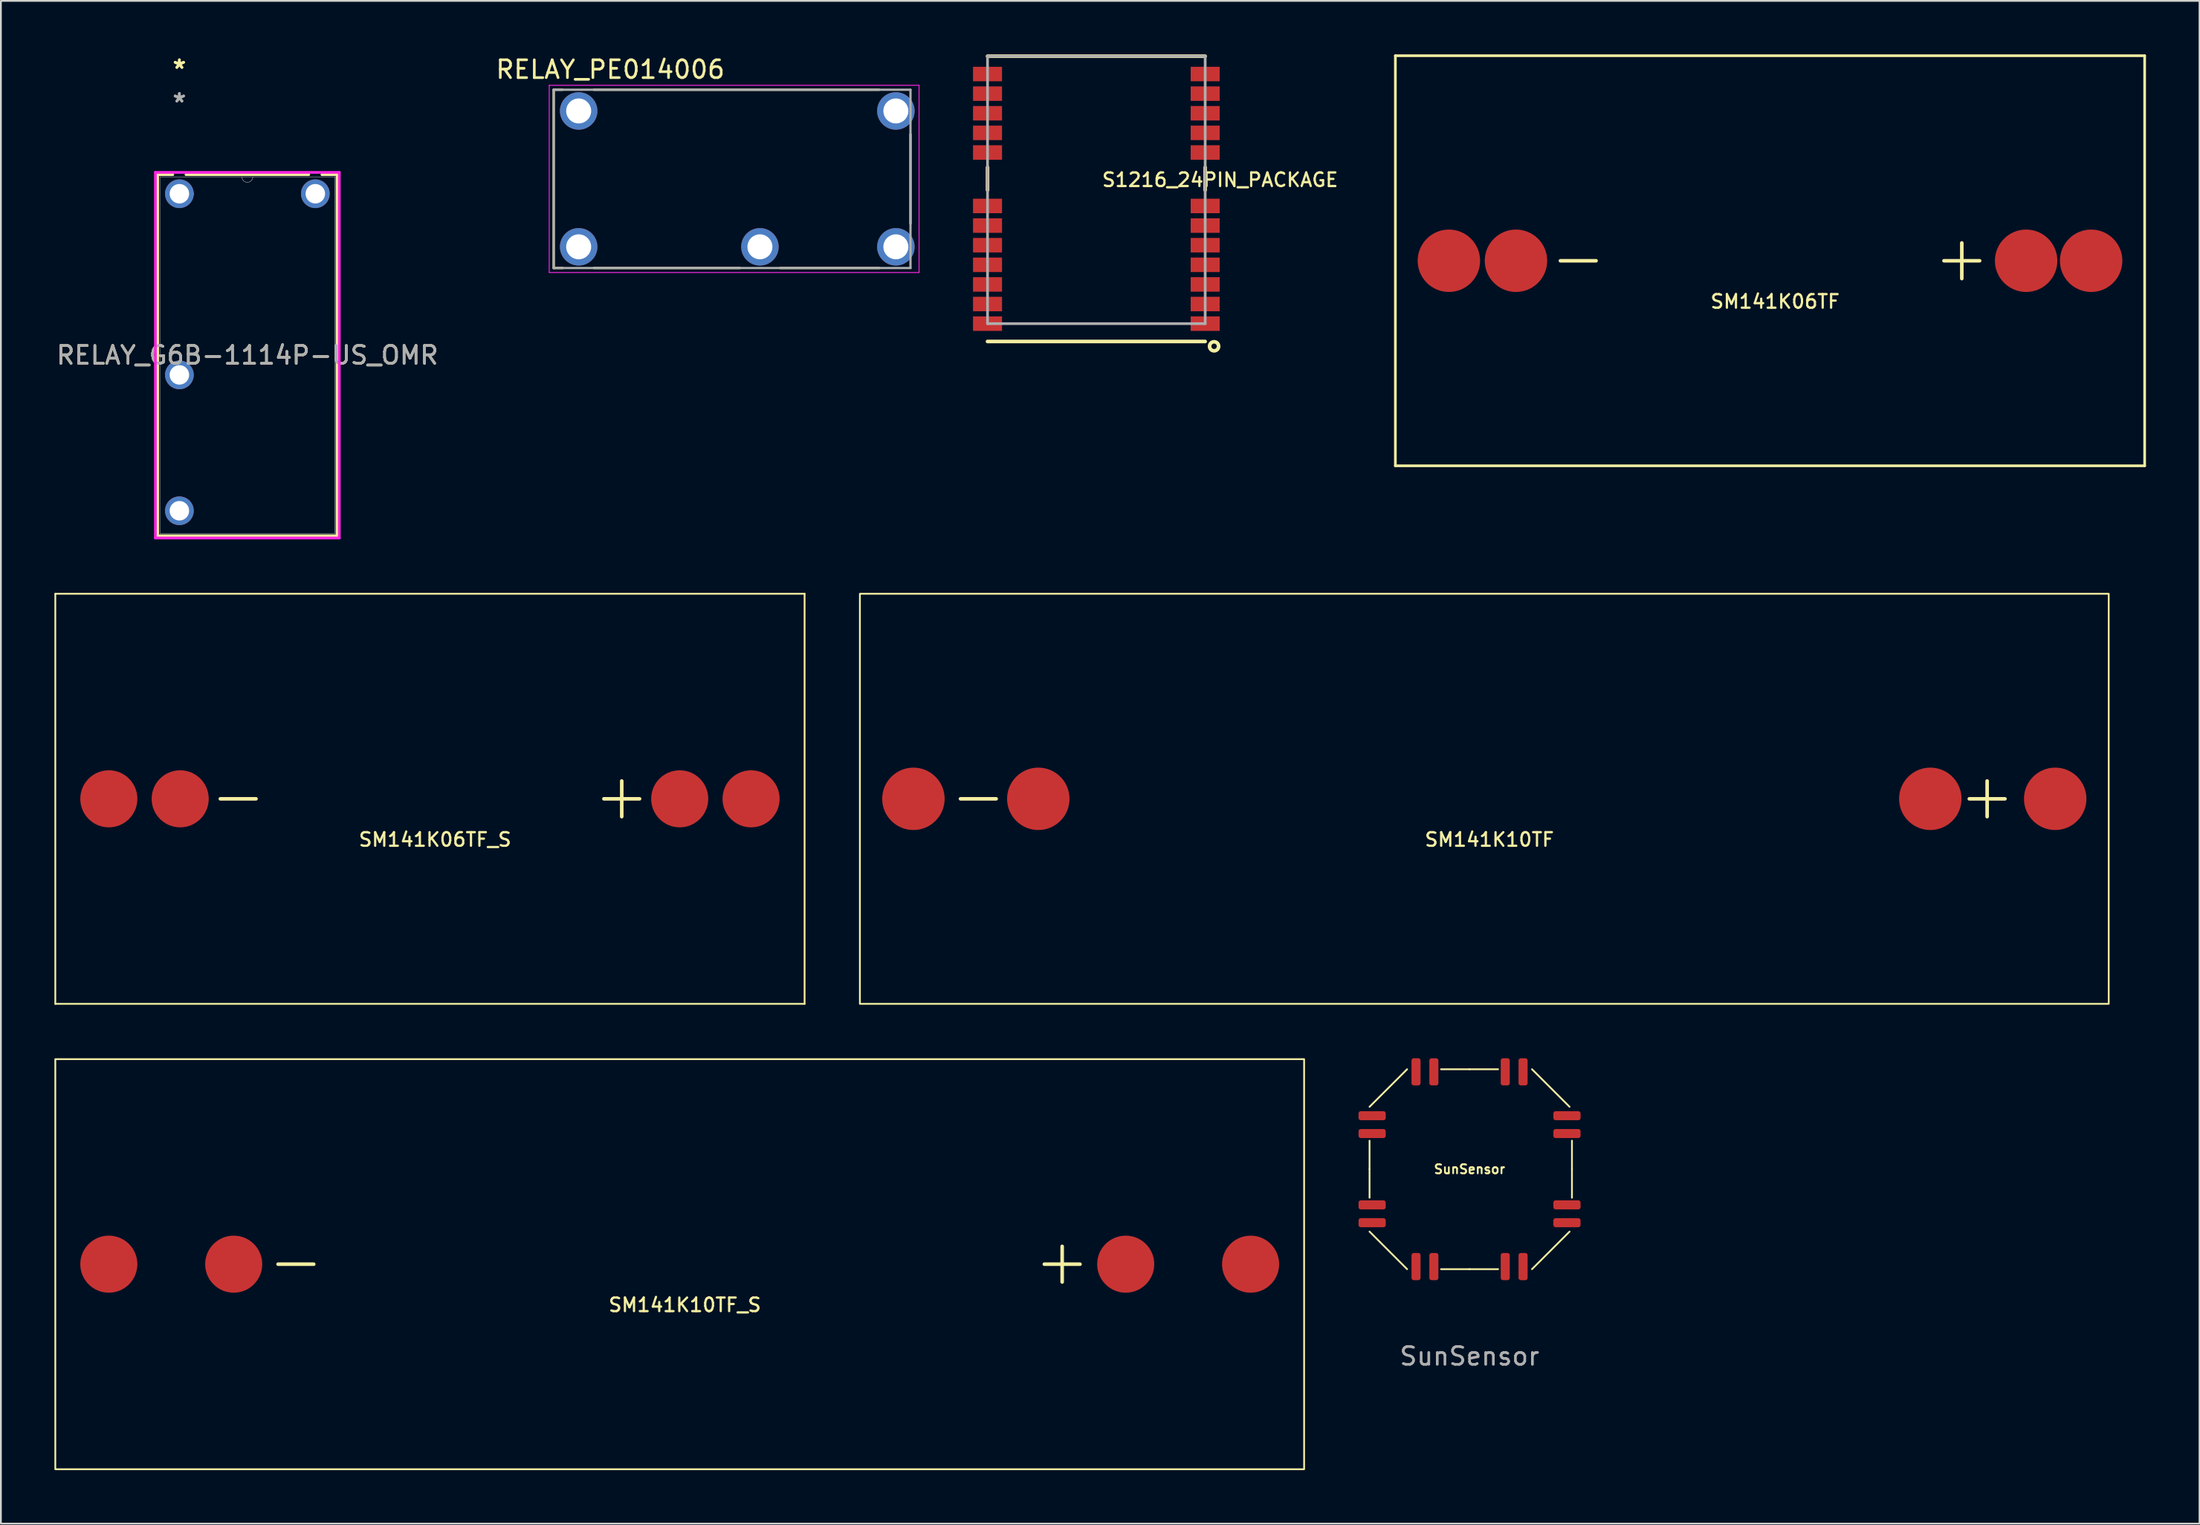
<source format=kicad_pcb>
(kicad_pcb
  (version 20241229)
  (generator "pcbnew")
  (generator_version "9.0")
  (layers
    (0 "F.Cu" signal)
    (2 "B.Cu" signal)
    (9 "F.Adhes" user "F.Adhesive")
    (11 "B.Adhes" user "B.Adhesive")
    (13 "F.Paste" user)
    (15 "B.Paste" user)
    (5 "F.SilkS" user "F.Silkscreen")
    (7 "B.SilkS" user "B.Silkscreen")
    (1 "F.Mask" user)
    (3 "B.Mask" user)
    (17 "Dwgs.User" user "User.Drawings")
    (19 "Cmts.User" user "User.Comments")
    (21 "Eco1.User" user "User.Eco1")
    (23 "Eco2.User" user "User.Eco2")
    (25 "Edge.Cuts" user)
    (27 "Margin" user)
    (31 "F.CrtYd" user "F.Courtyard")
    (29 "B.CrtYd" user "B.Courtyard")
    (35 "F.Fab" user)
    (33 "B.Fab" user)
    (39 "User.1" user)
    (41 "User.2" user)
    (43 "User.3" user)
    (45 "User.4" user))
  (footprint "SM141K06TF"
    (layer "F.Cu")
    (at 96.165 11.575)
    (property "Reference" "SM141K06TF" (at 0.286 2.286 0) (layer "F.SilkS") (effects (font (size 0.762 0.762) (thickness 0.127))))
    (attr through_hole)
    (fp_line (start -21 -11.5) (end -21 11.5) (stroke (width 0.15) (type solid)) (layer "F.SilkS"))
    (fp_line (start -21 -11.5) (end 21 -11.5) (stroke (width 0.15) (type solid)) (layer "F.SilkS"))
    (fp_line (start -21 11.5) (end 21 11.5) (stroke (width 0.15) (type solid)) (layer "F.SilkS"))
    (fp_line (start -9.75 0) (end -11.75 0) (stroke (width 0.2) (type solid)) (layer "F.SilkS"))
    (fp_line (start 9.75 0) (end 11.75 0) (stroke (width 0.2) (type solid)) (layer "F.SilkS"))
    (fp_line (start 10.75 -1) (end 10.75 1) (stroke (width 0.2) (type solid)) (layer "F.SilkS"))
    (fp_line (start 21 -11.5) (end 21 11.5) (stroke (width 0.15) (type solid)) (layer "F.SilkS"))
    (pad "1" smd circle (at 14.356 0) (size 3.5 3.5) (layers "F.Cu" "F.Mask" "F.Paste"))
    (pad "1" smd circle (at 18 0) (size 3.5 3.5) (layers "F.Cu" "F.Mask" "F.Paste"))
    (pad "2" smd circle (at -18 0) (size 3.5 3.5) (layers "F.Cu" "F.Mask" "F.Paste"))
    (pad "2" smd circle (at -14.24 0) (size 3.5 3.5) (layers "F.Cu" "F.Mask" "F.Paste")))
  (footprint "RELAY_PE014006"
    (layer "F.Cu")
    (at 37.986 6.983)
    (property "Reference" "RELAY_PE014006" (at -6.825 -6.135 0) (layer "F.SilkS") (effects (font (size 1 1) (thickness 0.15))))
    (attr through_hole)
    (fp_line (start -10 -5) (end -10 5) (stroke (width 0.127) (type solid)) (layer "F.SilkS"))
    (fp_line (start -10 5) (end -9.5 5) (stroke (width 0.127) (type solid)) (layer "F.SilkS"))
    (fp_line (start -9.5 -5) (end -10 -5) (stroke (width 0.127) (type solid)) (layer "F.SilkS"))
    (fp_line (start -7.75 5) (end 0.43 5) (stroke (width 0.127) (type solid)) (layer "F.SilkS"))
    (fp_line (start 2.7 5) (end 8.25 5) (stroke (width 0.127) (type solid)) (layer "F.SilkS"))
    (fp_line (start 8.25 -5) (end -7.75 -5) (stroke (width 0.127) (type solid)) (layer "F.SilkS"))
    (fp_line (start 10 -2.5) (end 10 2.5) (stroke (width 0.127) (type solid)) (layer "F.SilkS"))
    (fp_line (start -10.25 -5.25) (end -10.25 5.25) (stroke (width 0.05) (type solid)) (layer "F.CrtYd"))
    (fp_line (start -10.25 5.25) (end 10.48 5.25) (stroke (width 0.05) (type solid)) (layer "F.CrtYd"))
    (fp_line (start 10.48 -5.25) (end -10.25 -5.25) (stroke (width 0.05) (type solid)) (layer "F.CrtYd"))
    (fp_line (start 10.48 5.25) (end 10.48 -5.25) (stroke (width 0.05) (type solid)) (layer "F.CrtYd"))
    (fp_line (start -10.002 -5) (end -10 -5) (stroke (width 0.127) (type solid)) (layer "F.Fab"))
    (fp_line (start -10 -5) (end -10 5) (stroke (width 0.127) (type solid)) (layer "F.Fab"))
    (fp_line (start -10 -5) (end 10 -5) (stroke (width 0.127) (type solid)) (layer "F.Fab"))
    (fp_line (start -10 5) (end 10 5) (stroke (width 0.127) (type solid)) (layer "F.Fab"))
    (fp_line (start 10 -5) (end 10 5) (stroke (width 0.127) (type solid)) (layer "F.Fab"))
    (pad "11" thru_hole circle (at 1.56 3.81) (size 2.1 2.1) (drill 1.4) (layers "*.Cu" "*.Mask"))
    (pad "12" thru_hole circle (at 9.18 -3.81) (size 2.1 2.1) (drill 1.4) (layers "*.Cu" "*.Mask"))
    (pad "14" thru_hole circle (at 9.18 3.81) (size 2.1 2.1) (drill 1.4) (layers "*.Cu" "*.Mask"))
    (pad "A1" thru_hole circle (at -8.6 3.81) (size 2.1 2.1) (drill 1.4) (layers "*.Cu" "*.Mask"))
    (pad "A2" thru_hole circle (at -8.6 -3.81) (size 2.1 2.1) (drill 1.4) (layers "*.Cu" "*.Mask")))
  (footprint "RELAY_G6B-1114P-US_OMR"
    (layer "F.Cu")
    (at 14.625 25.928)
    (property "Reference" "RELAY_G6B-1114P-US_OMR" (at -3.81 -9.056 0) (unlocked yes) (layer "F.SilkS") (effects (font (size 1 1) (thickness 0.15))))
    (attr through_hole)
    (fp_line (start -8.837 -19.183) (end -8.837 1.071) (stroke (width 0.152) (type solid)) (layer "F.SilkS"))
    (fp_line (start -8.837 1.071) (end 1.217 1.071) (stroke (width 0.152) (type solid)) (layer "F.SilkS"))
    (fp_line (start -7.989 -19.183) (end -8.837 -19.183) (stroke (width 0.152) (type solid)) (layer "F.SilkS"))
    (fp_line (start -0.369 -19.183) (end -7.251 -19.183) (stroke (width 0.152) (type solid)) (layer "F.SilkS"))
    (fp_line (start 1.217 -19.183) (end 0.369 -19.183) (stroke (width 0.152) (type solid)) (layer "F.SilkS"))
    (fp_line (start 1.217 1.071) (end 1.217 -19.183) (stroke (width 0.152) (type solid)) (layer "F.SilkS"))
    (fp_line (start -8.964 -19.31) (end 1.344 -19.31) (stroke (width 0.152) (type solid)) (layer "F.CrtYd"))
    (fp_line (start -8.964 1.198) (end -8.964 -19.31) (stroke (width 0.152) (type solid)) (layer "F.CrtYd"))
    (fp_line (start 1.344 -19.31) (end 1.344 1.198) (stroke (width 0.152) (type solid)) (layer "F.CrtYd"))
    (fp_line (start 1.344 1.198) (end -8.964 1.198) (stroke (width 0.152) (type solid)) (layer "F.CrtYd"))
    (fp_line (start -8.71 -19.056) (end -8.71 0.944) (stroke (width 0.025) (type solid)) (layer "F.Fab"))
    (fp_line (start -8.71 0.944) (end 1.09 0.944) (stroke (width 0.025) (type solid)) (layer "F.Fab"))
    (fp_line (start 1.09 -19.056) (end -8.71 -19.056) (stroke (width 0.025) (type solid)) (layer "F.Fab"))
    (fp_line (start 1.09 0.944) (end 1.09 -19.056) (stroke (width 0.025) (type solid)) (layer "F.Fab"))
    (fp_arc (start -3.5052 -19.056) (mid -3.81 -18.7512) (end -4.1148 -19.056) (stroke (width 0.0254) (type solid)) (layer "F.Fab"))
    (fp_circle (center -6.82 -18.112) (end -6.82 -18.112) (stroke (width 0.025) (type solid)) (fill no) (layer "F.Fab"))
    (fp_text user "*" (at -7.62 -25.08 0) (layer "F.SilkS") (effects (font (size 1 1) (thickness 0.15))))
    (fp_text user "*" (at -7.62 -25.08 0) (unlocked yes) (layer "F.SilkS") (effects (font (size 1 1) (thickness 0.15))))
    (fp_text user "*" (at -7.62 -23.192 0) (unlocked yes) (layer "F.Fab") (effects (font (size 1 1) (thickness 0.15))))
    (fp_text user "${REFERENCE}" (at -3.81 -9.056 0) (unlocked yes) (layer "F.Fab") (effects (font (size 1 1) (thickness 0.15))))
    (fp_text user "*" (at -7.62 -23.192 0) (layer "F.Fab") (effects (font (size 1 1) (thickness 0.15))))
    (pad "1" thru_hole circle (at -7.62 -18.112) (size 1.608 1.608) (drill 1.092) (layers "*.Cu" "*.Mask"))
    (pad "3" thru_hole circle (at -7.62 -7.952) (size 1.608 1.608) (drill 1.092) (layers "*.Cu" "*.Mask"))
    (pad "4" thru_hole circle (at -7.62 -0.332) (size 1.608 1.608) (drill 1.092) (layers "*.Cu" "*.Mask"))
    (pad "6" thru_hole circle (at 0 -18.112) (size 1.608 1.608) (drill 1.092) (layers "*.Cu" "*.Mask")))
  (footprint "SM141K10TF"
    (layer "F.Cu")
    (at 80.15 41.752)
    (property "Reference" "SM141K10TF" (at 0.286 2.286 0) (layer "F.SilkS") (effects (font (size 0.762 0.762) (thickness 0.127))))
    (attr through_hole)
    (fp_line (start -27.362 0) (end -29.362 0) (stroke (width 0.2) (type solid)) (layer "F.SilkS"))
    (fp_line (start 27.185 0) (end 29.185 0) (stroke (width 0.2) (type solid)) (layer "F.SilkS"))
    (fp_line (start 28.185 -1) (end 28.185 1) (stroke (width 0.2) (type solid)) (layer "F.SilkS"))
    (fp_rect (start -35 -11.5) (end 35 11.5) (stroke (width 0.1) (type default)) (fill no) (layer "F.SilkS"))
    (pad "1" smd circle (at 25 0) (size 3.5 3.5) (layers "F.Cu" "F.Mask" "F.Paste"))
    (pad "1" smd circle (at 32 0) (size 3.5 3.5) (layers "F.Cu" "F.Mask" "F.Paste"))
    (pad "2" smd circle (at -32 0) (size 3.5 3.5) (layers "F.Cu" "F.Mask" "F.Paste"))
    (pad "2" smd circle (at -25 0) (size 3.5 3.5) (layers "F.Cu" "F.Mask" "F.Paste")))
  (footprint "SM141K10TF_S"
    (layer "F.Cu")
    (at 35.05 67.852)
    (property "Reference" "SM141K10TF_S" (at 0.286 2.286 0) (layer "F.SilkS") (effects (font (size 0.762 0.762) (thickness 0.127))))
    (attr through_hole)
    (fp_line (start -20.514 0) (end -22.514 0) (stroke (width 0.2) (type solid)) (layer "F.SilkS"))
    (fp_line (start 20.438 0) (end 22.438 0) (stroke (width 0.2) (type solid)) (layer "F.SilkS"))
    (fp_line (start 21.438 -1) (end 21.438 1) (stroke (width 0.2) (type solid)) (layer "F.SilkS"))
    (fp_rect (start -35 -11.5) (end 35 11.5) (stroke (width 0.1) (type default)) (fill no) (layer "F.SilkS"))
    (pad "1" smd circle (at 25 0) (size 3.2 3.2) (layers "F.Cu" "F.Mask" "F.Paste"))
    (pad "1" smd circle (at 32 0) (size 3.2 3.2) (layers "F.Cu" "F.Mask" "F.Paste"))
    (pad "2" smd circle (at -32 0) (size 3.2 3.2) (layers "F.Cu" "F.Mask" "F.Paste"))
    (pad "2" smd circle (at -25 0) (size 3.2 3.2) (layers "F.Cu" "F.Mask" "F.Paste")))
  (footprint "SunSensor"
    (layer "F.Cu")
    (at 79.323 62.525)
    (property "Reference" "SunSensor" (at 0 0 0) (unlocked yes) (layer "F.SilkS") (effects (font (size 0.508 0.508) (thickness 0.102) (bold yes))))
    (attr smd)
    (fp_line (start -5.606 -3.5) (end -3.5 -5.606) (stroke (width 0.1) (type default)) (layer "F.SilkS"))
    (fp_line (start -5.606 0) (end -5.606 -1.6) (stroke (width 0.1) (type default)) (layer "F.SilkS"))
    (fp_line (start -5.606 0) (end -5.606 1.6) (stroke (width 0.1) (type default)) (layer "F.SilkS"))
    (fp_line (start -3.5 5.606) (end -5.606 3.5) (stroke (width 0.1) (type default)) (layer "F.SilkS"))
    (fp_line (start 0 -5.606) (end -1.6 -5.606) (stroke (width 0.1) (type default)) (layer "F.SilkS"))
    (fp_line (start 0 -5.606) (end 1.6 -5.606) (stroke (width 0.1) (type default)) (layer "F.SilkS"))
    (fp_line (start 0 5.606) (end -1.6 5.606) (stroke (width 0.1) (type default)) (layer "F.SilkS"))
    (fp_line (start 0 5.606) (end 1.6 5.606) (stroke (width 0.1) (type default)) (layer "F.SilkS"))
    (fp_line (start 3.5 -5.606) (end 5.606 -3.5) (stroke (width 0.1) (type default)) (layer "F.SilkS"))
    (fp_line (start 5.606 3.5) (end 3.5 5.606) (stroke (width 0.1) (type default)) (layer "F.SilkS"))
    (fp_line (start 5.74 0) (end 5.74 -1.6) (stroke (width 0.1) (type default)) (layer "F.SilkS"))
    (fp_line (start 5.74 0) (end 5.74 1.6) (stroke (width 0.1) (type default)) (layer "F.SilkS"))
    (fp_text user "${REFERENCE}" (at 0 10.49 0) (unlocked yes) (layer "F.Fab") (effects (font (size 1 1) (thickness 0.15))))
    (pad "1" smd roundrect (at -3 5.461 270) (size 1.524 0.508) (layers "F.Cu" "F.Mask" "F.Paste") (roundrect_rratio 0.25))
    (pad "2" smd roundrect (at -2 5.461 90) (size 1.524 0.508) (layers "F.Cu" "F.Mask" "F.Paste") (roundrect_rratio 0.25))
    (pad "3" smd roundrect (at 2 5.461 90) (size 1.524 0.508) (layers "F.Cu" "F.Mask" "F.Paste") (roundrect_rratio 0.25))
    (pad "4" smd roundrect (at 3 5.461 90) (size 1.524 0.508) (layers "F.Cu" "F.Mask" "F.Paste") (roundrect_rratio 0.25))
    (pad "5" smd roundrect (at 5.461 3) (size 1.524 0.508) (layers "F.Cu" "F.Mask" "F.Paste") (roundrect_rratio 0.25))
    (pad "6" smd roundrect (at 5.461 2 180) (size 1.524 0.508) (layers "F.Cu" "F.Mask" "F.Paste") (roundrect_rratio 0.25))
    (pad "7" smd roundrect (at 5.461 -2 180) (size 1.524 0.508) (layers "F.Cu" "F.Mask" "F.Paste") (roundrect_rratio 0.25))
    (pad "8" smd roundrect (at 5.461 -3 180) (size 1.524 0.508) (layers "F.Cu" "F.Mask" "F.Paste") (roundrect_rratio 0.25))
    (pad "9" smd roundrect (at 3 -5.461 90) (size 1.524 0.508) (layers "F.Cu" "F.Mask" "F.Paste") (roundrect_rratio 0.25))
    (pad "10" smd roundrect (at 2 -5.461 270) (size 1.524 0.508) (layers "F.Cu" "F.Mask" "F.Paste") (roundrect_rratio 0.25))
    (pad "11" smd roundrect (at -2 -5.461 270) (size 1.524 0.508) (layers "F.Cu" "F.Mask" "F.Paste") (roundrect_rratio 0.25))
    (pad "12" smd roundrect (at -3 -5.461 270) (size 1.524 0.508) (layers "F.Cu" "F.Mask" "F.Paste") (roundrect_rratio 0.25))
    (pad "13" smd roundrect (at -5.461 -3 180) (size 1.524 0.508) (layers "F.Cu" "F.Mask" "F.Paste") (roundrect_rratio 0.25))
    (pad "14" smd roundrect (at -5.461 -2) (size 1.524 0.508) (layers "F.Cu" "F.Mask" "F.Paste") (roundrect_rratio 0.25))
    (pad "15" smd roundrect (at -5.461 2) (size 1.524 0.508) (layers "F.Cu" "F.Mask" "F.Paste") (roundrect_rratio 0.25))
    (pad "16" smd roundrect (at -5.461 3) (size 1.524 0.508) (layers "F.Cu" "F.Mask" "F.Paste") (roundrect_rratio 0.25)))
  (footprint "SM141K06TF_S"
    (layer "F.Cu")
    (at 21.05 41.752)
    (property "Reference" "SM141K06TF_S" (at 0.286 2.286 0) (layer "F.SilkS") (effects (font (size 0.762 0.762) (thickness 0.127))))
    (attr through_hole)
    (fp_line (start -21 -11.5) (end -21 11.5) (stroke (width 0.1) (type solid)) (layer "F.SilkS"))
    (fp_line (start -21 -11.5) (end 21 -11.5) (stroke (width 0.1) (type solid)) (layer "F.SilkS"))
    (fp_line (start -21 11.5) (end 21 11.5) (stroke (width 0.1) (type solid)) (layer "F.SilkS"))
    (fp_line (start -9.75 0) (end -11.75 0) (stroke (width 0.2) (type solid)) (layer "F.SilkS"))
    (fp_line (start 9.75 0) (end 11.75 0) (stroke (width 0.2) (type solid)) (layer "F.SilkS"))
    (fp_line (start 10.75 -1) (end 10.75 1) (stroke (width 0.2) (type solid)) (layer "F.SilkS"))
    (fp_line (start 21 -11.5) (end 21 11.5) (stroke (width 0.1) (type solid)) (layer "F.SilkS"))
    (pad "1" smd circle (at 14 0) (size 3.2 3.2) (layers "F.Cu" "F.Mask" "F.Paste"))
    (pad "1" smd circle (at 18 0) (size 3.2 3.2) (layers "F.Cu" "F.Mask" "F.Paste"))
    (pad "2" smd circle (at -18 0) (size 3.2 3.2) (layers "F.Cu" "F.Mask" "F.Paste"))
    (pad "2" smd circle (at -14 0) (size 3.2 3.2) (layers "F.Cu" "F.Mask" "F.Paste")))
  (footprint "S1216_24PIN_PACKAGE"
    (layer "F.Cu")
    (at 58.654 7.482)
    (property "Reference" "S1216_24PIN_PACKAGE" (at 0 0 0) (layer "F.SilkS") (effects (font (size 0.762 0.762) (thickness 0.127)) (justify left bottom)))
    (attr through_hole)
    (fp_line (start -6.35 -7.38) (end 5.85 -7.38) (stroke (width 0.203) (type solid)) (layer "F.SilkS"))
    (fp_line (start -6.35 0.127) (end -6.35 -1.143) (stroke (width 0.203) (type solid)) (layer "F.SilkS"))
    (fp_line (start 5.85 -1.143) (end 5.85 0.127) (stroke (width 0.203) (type solid)) (layer "F.SilkS"))
    (fp_line (start 5.85 8.62) (end -6.35 8.62) (stroke (width 0.203) (type solid)) (layer "F.SilkS"))
    (fp_circle (center 6.35 8.89) (end 6.604 8.89) (stroke (width 0.203) (type solid)) (fill no) (layer "F.SilkS"))
    (fp_line (start -6.35 -7.38) (end 5.85 -7.38) (stroke (width 0.152) (type solid)) (layer "F.Fab"))
    (fp_line (start -6.35 7.62) (end -6.35 -7.38) (stroke (width 0.152) (type solid)) (layer "F.Fab"))
    (fp_line (start 5.85 -7.38) (end 5.85 7.62) (stroke (width 0.152) (type solid)) (layer "F.Fab"))
    (fp_line (start 5.85 7.62) (end -6.35 7.62) (stroke (width 0.152) (type solid)) (layer "F.Fab"))
    (pad "1" smd rect (at 5.85 7.62 90) (size 0.813 1.626) (layers "F.Cu" "F.Mask" "F.Paste"))
    (pad "2" smd rect (at 5.85 6.52 90) (size 0.813 1.626) (layers "F.Cu" "F.Mask" "F.Paste"))
    (pad "3" smd rect (at 5.85 5.42 90) (size 0.813 1.626) (layers "F.Cu" "F.Mask" "F.Paste"))
    (pad "4" smd rect (at 5.85 4.32 90) (size 0.813 1.626) (layers "F.Cu" "F.Mask" "F.Paste"))
    (pad "5" smd rect (at 5.85 3.22 90) (size 0.813 1.626) (layers "F.Cu" "F.Mask" "F.Paste"))
    (pad "6" smd rect (at 5.85 2.12 90) (size 0.813 1.626) (layers "F.Cu" "F.Mask" "F.Paste"))
    (pad "7" smd rect (at 5.85 1.02 90) (size 0.813 1.626) (layers "F.Cu" "F.Mask" "F.Paste"))
    (pad "8" smd rect (at 5.85 -1.98 90) (size 0.813 1.626) (layers "F.Cu" "F.Mask" "F.Paste"))
    (pad "9" smd rect (at 5.85 -3.08 90) (size 0.813 1.626) (layers "F.Cu" "F.Mask" "F.Paste"))
    (pad "10" smd rect (at 5.85 -4.18 90) (size 0.813 1.626) (layers "F.Cu" "F.Mask" "F.Paste"))
    (pad "11" smd rect (at 5.85 -5.28 90) (size 0.813 1.626) (layers "F.Cu" "F.Mask" "F.Paste"))
    (pad "12" smd rect (at 5.85 -6.38 90) (size 0.813 1.626) (layers "F.Cu" "F.Mask" "F.Paste"))
    (pad "13" smd rect (at -6.35 -6.38 90) (size 0.813 1.626) (layers "F.Cu" "F.Mask" "F.Paste"))
    (pad "14" smd rect (at -6.35 -5.28 90) (size 0.813 1.626) (layers "F.Cu" "F.Mask" "F.Paste"))
    (pad "15" smd rect (at -6.35 -4.18 90) (size 0.813 1.626) (layers "F.Cu" "F.Mask" "F.Paste"))
    (pad "16" smd rect (at -6.35 -3.08 90) (size 0.813 1.626) (layers "F.Cu" "F.Mask" "F.Paste"))
    (pad "17" smd rect (at -6.35 -1.98 90) (size 0.813 1.626) (layers "F.Cu" "F.Mask" "F.Paste"))
    (pad "18" smd rect (at -6.35 1.02 90) (size 0.813 1.626) (layers "F.Cu" "F.Mask" "F.Paste"))
    (pad "19" smd rect (at -6.35 2.12 90) (size 0.813 1.626) (layers "F.Cu" "F.Mask" "F.Paste"))
    (pad "20" smd rect (at -6.35 3.22 90) (size 0.813 1.626) (layers "F.Cu" "F.Mask" "F.Paste"))
    (pad "21" smd rect (at -6.35 4.32 90) (size 0.813 1.626) (layers "F.Cu" "F.Mask" "F.Paste"))
    (pad "22" smd rect (at -6.35 5.42 90) (size 0.813 1.626) (layers "F.Cu" "F.Mask" "F.Paste"))
    (pad "23" smd rect (at -6.35 6.52 90) (size 0.813 1.626) (layers "F.Cu" "F.Mask" "F.Paste"))
    (pad "24" smd rect (at -6.35 7.62 90) (size 0.813 1.626) (layers "F.Cu" "F.Mask" "F.Paste")))
  (gr_rect
    (start -3 -3)
    (end 120.24 82.402)
    (stroke (width 0.1) (type default))
    (fill no)
    (layer "Edge.Cuts")))
</source>
